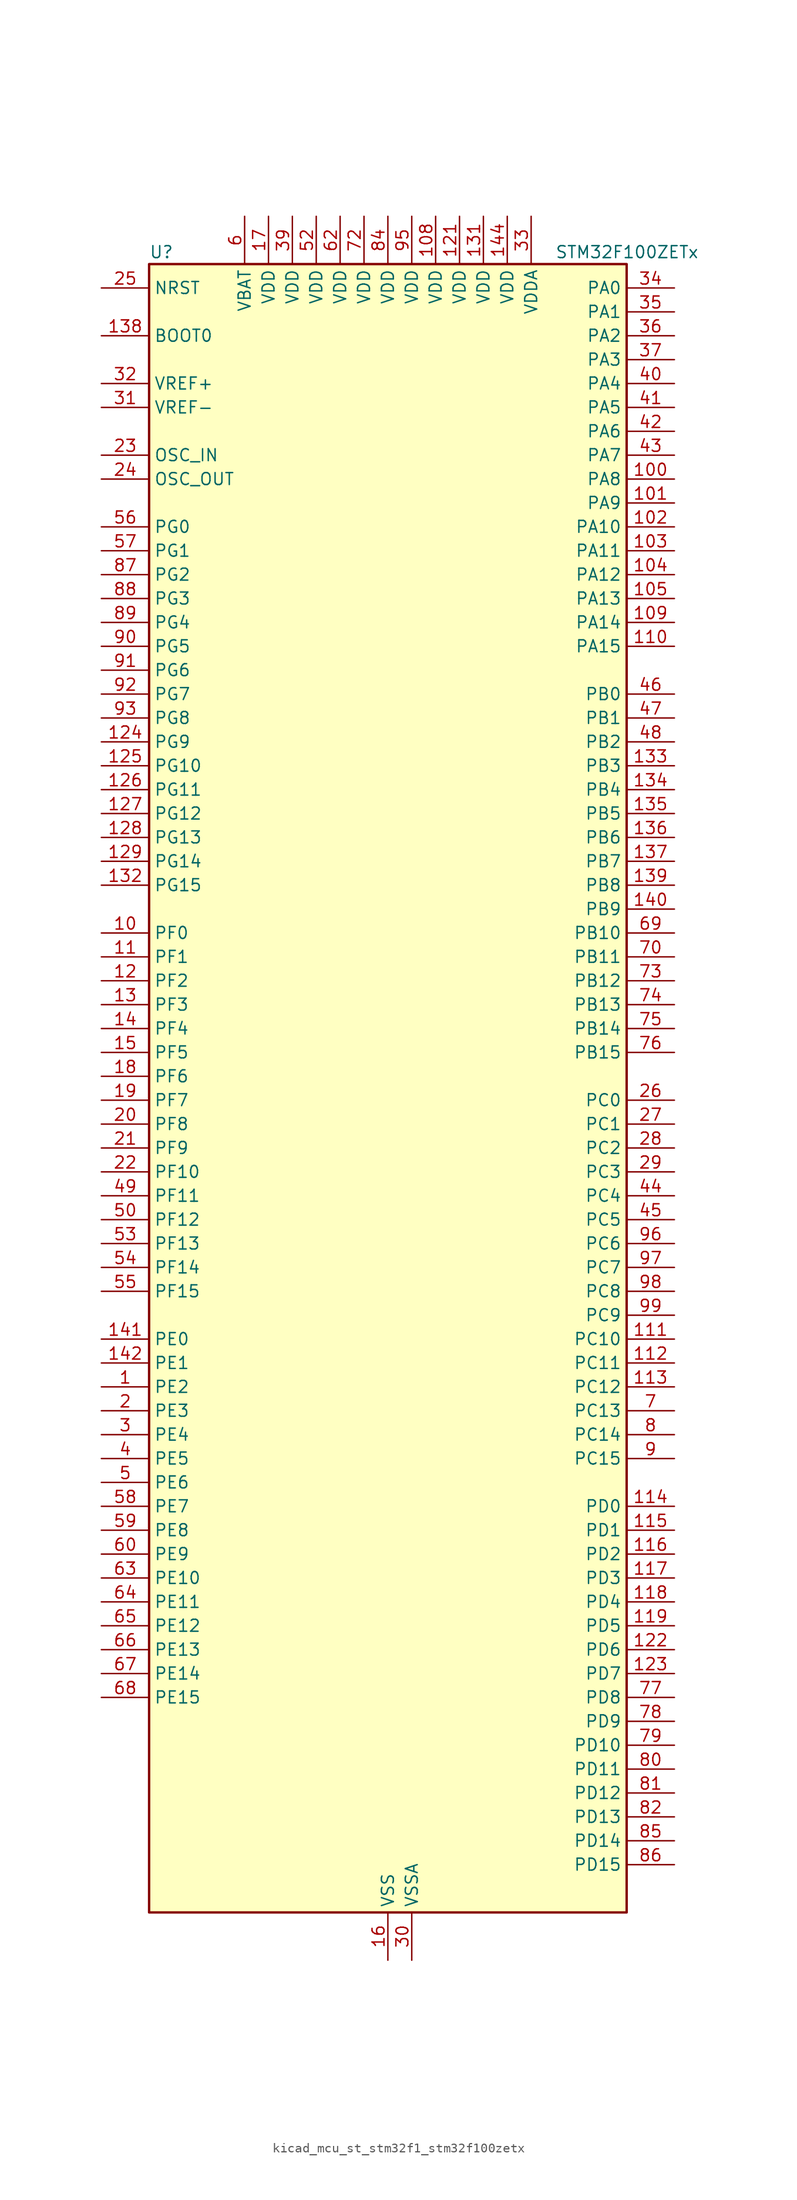
<source format=kicad_sym>
(kicad_symbol_lib
  (version 20220914)
  (generator kicad_symbol_editor)
  (symbol "kicad_mcu_st_stm32f1_stm32f100zetx"
    (property "Reference" "U"
      (at -25.4 90.17 0)
      (effects (font (size 1.27 1.27)) (justify left)))
    (property "Value" "STM32F100ZETx"
      (at 17.78 90.17 0)
      (effects (font (size 1.27 1.27)) (justify left)))
    (property "ki_locked" ""
      (at 0 0 0)
      (effects (font (size 1.27 1.27))))
    (symbol "kicad_mcu_st_stm32f1_stm32f100zetx_0_1"
      (rectangle (start -25.4 -86.36) (end 25.4 88.9) (stroke (width 0.254) (type default)) (fill (type background))))
    (symbol "kicad_mcu_st_stm32f1_stm32f100zetx_1_1"
      (pin bidirectional line (at -30.48 -30.48 0) (length 5.08) (name "PE2" (effects (font (size 1.27 1.27)))) (number "1" (effects (font (size 1.27 1.27)))) (alternate "FSMC_A23" bidirectional line) (alternate "SYS_TRACECLK" bidirectional line))
      (pin bidirectional line (at -30.48 17.78 0) (length 5.08) (name "PF0" (effects (font (size 1.27 1.27)))) (number "10" (effects (font (size 1.27 1.27)))) (alternate "FSMC_A0" bidirectional line))
      (pin bidirectional line (at 30.48 66.04 180) (length 5.08) (name "PA8" (effects (font (size 1.27 1.27)))) (number "100" (effects (font (size 1.27 1.27)))) (alternate "RCC_MCO" bidirectional line) (alternate "TIM1_CH1" bidirectional line) (alternate "USART1_CK" bidirectional line))
      (pin bidirectional line (at 30.48 63.5 180) (length 5.08) (name "PA9" (effects (font (size 1.27 1.27)))) (number "101" (effects (font (size 1.27 1.27)))) (alternate "DAC_EXTI9" bidirectional line) (alternate "TIM15_BKIN" bidirectional line) (alternate "TIM1_CH2" bidirectional line) (alternate "USART1_TX" bidirectional line))
      (pin bidirectional line (at 30.48 60.96 180) (length 5.08) (name "PA10" (effects (font (size 1.27 1.27)))) (number "102" (effects (font (size 1.27 1.27)))) (alternate "TIM17_BKIN" bidirectional line) (alternate "TIM1_CH3" bidirectional line) (alternate "USART1_RX" bidirectional line))
      (pin bidirectional line (at 30.48 58.42 180) (length 5.08) (name "PA11" (effects (font (size 1.27 1.27)))) (number "103" (effects (font (size 1.27 1.27)))) (alternate "ADC1_EXTI11" bidirectional line) (alternate "TIM1_CH4" bidirectional line) (alternate "USART1_CTS" bidirectional line))
      (pin bidirectional line (at 30.48 55.88 180) (length 5.08) (name "PA12" (effects (font (size 1.27 1.27)))) (number "104" (effects (font (size 1.27 1.27)))) (alternate "TIM1_ETR" bidirectional line) (alternate "USART1_RTS" bidirectional line))
      (pin bidirectional line (at 30.48 53.34 180) (length 5.08) (name "PA13" (effects (font (size 1.27 1.27)))) (number "105" (effects (font (size 1.27 1.27)))) (alternate "SYS_JTMS-SWDIO" bidirectional line))
      (pin no_connect line (at -25.4 -86.36 0) (length 5.08) hide (name "NC" (effects (font (size 1.27 1.27)))) (number "106" (effects (font (size 1.27 1.27)))))
      (pin passive line (at 0 -91.44 90) (length 5.08) hide (name "VSS" (effects (font (size 1.27 1.27)))) (number "107" (effects (font (size 1.27 1.27)))))
      (pin power_in line (at 5.08 93.98 270) (length 5.08) (name "VDD" (effects (font (size 1.27 1.27)))) (number "108" (effects (font (size 1.27 1.27)))))
      (pin bidirectional line (at 30.48 50.8 180) (length 5.08) (name "PA14" (effects (font (size 1.27 1.27)))) (number "109" (effects (font (size 1.27 1.27)))) (alternate "SYS_JTCK-SWCLK" bidirectional line))
      (pin bidirectional line (at -30.48 15.24 0) (length 5.08) (name "PF1" (effects (font (size 1.27 1.27)))) (number "11" (effects (font (size 1.27 1.27)))) (alternate "FSMC_A1" bidirectional line))
      (pin bidirectional line (at 30.48 48.26 180) (length 5.08) (name "PA15" (effects (font (size 1.27 1.27)))) (number "110" (effects (font (size 1.27 1.27)))) (alternate "ADC1_EXTI15" bidirectional line) (alternate "SPI1_NSS" bidirectional line) (alternate "SPI3_NSS" bidirectional line) (alternate "SYS_JTDI" bidirectional line) (alternate "TIM2_CH1" bidirectional line) (alternate "TIM2_ETR" bidirectional line))
      (pin bidirectional line (at 30.48 -25.4 180) (length 5.08) (name "PC10" (effects (font (size 1.27 1.27)))) (number "111" (effects (font (size 1.27 1.27)))) (alternate "UART4_TX" bidirectional line) (alternate "USART3_TX" bidirectional line))
      (pin bidirectional line (at 30.48 -27.94 180) (length 5.08) (name "PC11" (effects (font (size 1.27 1.27)))) (number "112" (effects (font (size 1.27 1.27)))) (alternate "ADC1_EXTI11" bidirectional line) (alternate "UART4_RX" bidirectional line) (alternate "USART3_RX" bidirectional line))
      (pin bidirectional line (at 30.48 -30.48 180) (length 5.08) (name "PC12" (effects (font (size 1.27 1.27)))) (number "113" (effects (font (size 1.27 1.27)))) (alternate "UART5_TX" bidirectional line) (alternate "USART3_CK" bidirectional line))
      (pin bidirectional line (at 30.48 -43.18 180) (length 5.08) (name "PD0" (effects (font (size 1.27 1.27)))) (number "114" (effects (font (size 1.27 1.27)))) (alternate "FSMC_D2" bidirectional line) (alternate "FSMC_DA2" bidirectional line))
      (pin bidirectional line (at 30.48 -45.72 180) (length 5.08) (name "PD1" (effects (font (size 1.27 1.27)))) (number "115" (effects (font (size 1.27 1.27)))) (alternate "FSMC_D3" bidirectional line) (alternate "FSMC_DA3" bidirectional line))
      (pin bidirectional line (at 30.48 -48.26 180) (length 5.08) (name "PD2" (effects (font (size 1.27 1.27)))) (number "116" (effects (font (size 1.27 1.27)))) (alternate "TIM3_ETR" bidirectional line) (alternate "UART5_RX" bidirectional line))
      (pin bidirectional line (at 30.48 -50.8 180) (length 5.08) (name "PD3" (effects (font (size 1.27 1.27)))) (number "117" (effects (font (size 1.27 1.27)))) (alternate "FSMC_CLK" bidirectional line) (alternate "USART2_CTS" bidirectional line))
      (pin bidirectional line (at 30.48 -53.34 180) (length 5.08) (name "PD4" (effects (font (size 1.27 1.27)))) (number "118" (effects (font (size 1.27 1.27)))) (alternate "FSMC_NOE" bidirectional line) (alternate "USART2_RTS" bidirectional line))
      (pin bidirectional line (at 30.48 -55.88 180) (length 5.08) (name "PD5" (effects (font (size 1.27 1.27)))) (number "119" (effects (font (size 1.27 1.27)))) (alternate "FSMC_NWE" bidirectional line) (alternate "USART2_TX" bidirectional line))
      (pin bidirectional line (at -30.48 12.7 0) (length 5.08) (name "PF2" (effects (font (size 1.27 1.27)))) (number "12" (effects (font (size 1.27 1.27)))) (alternate "FSMC_A2" bidirectional line))
      (pin passive line (at 0 -91.44 90) (length 5.08) hide (name "VSS" (effects (font (size 1.27 1.27)))) (number "120" (effects (font (size 1.27 1.27)))))
      (pin power_in line (at 7.62 93.98 270) (length 5.08) (name "VDD" (effects (font (size 1.27 1.27)))) (number "121" (effects (font (size 1.27 1.27)))))
      (pin bidirectional line (at 30.48 -58.42 180) (length 5.08) (name "PD6" (effects (font (size 1.27 1.27)))) (number "122" (effects (font (size 1.27 1.27)))) (alternate "FSMC_NWAIT" bidirectional line) (alternate "USART2_RX" bidirectional line))
      (pin bidirectional line (at 30.48 -60.96 180) (length 5.08) (name "PD7" (effects (font (size 1.27 1.27)))) (number "123" (effects (font (size 1.27 1.27)))) (alternate "FSMC_NE1" bidirectional line) (alternate "USART2_CK" bidirectional line))
      (pin bidirectional line (at -30.48 38.1 0) (length 5.08) (name "PG9" (effects (font (size 1.27 1.27)))) (number "124" (effects (font (size 1.27 1.27)))) (alternate "DAC_EXTI9" bidirectional line) (alternate "FSMC_NE2" bidirectional line))
      (pin bidirectional line (at -30.48 35.56 0) (length 5.08) (name "PG10" (effects (font (size 1.27 1.27)))) (number "125" (effects (font (size 1.27 1.27)))) (alternate "FSMC_NE3" bidirectional line))
      (pin bidirectional line (at -30.48 33.02 0) (length 5.08) (name "PG11" (effects (font (size 1.27 1.27)))) (number "126" (effects (font (size 1.27 1.27)))) (alternate "ADC1_EXTI11" bidirectional line))
      (pin bidirectional line (at -30.48 30.48 0) (length 5.08) (name "PG12" (effects (font (size 1.27 1.27)))) (number "127" (effects (font (size 1.27 1.27)))) (alternate "FSMC_NE4" bidirectional line))
      (pin bidirectional line (at -30.48 27.94 0) (length 5.08) (name "PG13" (effects (font (size 1.27 1.27)))) (number "128" (effects (font (size 1.27 1.27)))) (alternate "FSMC_A24" bidirectional line))
      (pin bidirectional line (at -30.48 25.4 0) (length 5.08) (name "PG14" (effects (font (size 1.27 1.27)))) (number "129" (effects (font (size 1.27 1.27)))) (alternate "FSMC_A25" bidirectional line))
      (pin bidirectional line (at -30.48 10.16 0) (length 5.08) (name "PF3" (effects (font (size 1.27 1.27)))) (number "13" (effects (font (size 1.27 1.27)))) (alternate "FSMC_A3" bidirectional line))
      (pin passive line (at 0 -91.44 90) (length 5.08) hide (name "VSS" (effects (font (size 1.27 1.27)))) (number "130" (effects (font (size 1.27 1.27)))))
      (pin power_in line (at 10.16 93.98 270) (length 5.08) (name "VDD" (effects (font (size 1.27 1.27)))) (number "131" (effects (font (size 1.27 1.27)))))
      (pin bidirectional line (at -30.48 22.86 0) (length 5.08) (name "PG15" (effects (font (size 1.27 1.27)))) (number "132" (effects (font (size 1.27 1.27)))) (alternate "ADC1_EXTI15" bidirectional line))
      (pin bidirectional line (at 30.48 35.56 180) (length 5.08) (name "PB3" (effects (font (size 1.27 1.27)))) (number "133" (effects (font (size 1.27 1.27)))) (alternate "SPI1_SCK" bidirectional line) (alternate "SPI3_SCK" bidirectional line) (alternate "SYS_JTDO-TRACESWO" bidirectional line) (alternate "TIM2_CH2" bidirectional line))
      (pin bidirectional line (at 30.48 33.02 180) (length 5.08) (name "PB4" (effects (font (size 1.27 1.27)))) (number "134" (effects (font (size 1.27 1.27)))) (alternate "SPI1_MISO" bidirectional line) (alternate "SPI3_MISO" bidirectional line) (alternate "SYS_NJTRST" bidirectional line) (alternate "TIM3_CH1" bidirectional line))
      (pin bidirectional line (at 30.48 30.48 180) (length 5.08) (name "PB5" (effects (font (size 1.27 1.27)))) (number "135" (effects (font (size 1.27 1.27)))) (alternate "I2C1_SMBA" bidirectional line) (alternate "SPI1_MOSI" bidirectional line) (alternate "SPI3_MOSI" bidirectional line) (alternate "TIM16_BKIN" bidirectional line) (alternate "TIM3_CH2" bidirectional line))
      (pin bidirectional line (at 30.48 27.94 180) (length 5.08) (name "PB6" (effects (font (size 1.27 1.27)))) (number "136" (effects (font (size 1.27 1.27)))) (alternate "I2C1_SCL" bidirectional line) (alternate "TIM16_CH1N" bidirectional line) (alternate "TIM4_CH1" bidirectional line) (alternate "USART1_TX" bidirectional line))
      (pin bidirectional line (at 30.48 25.4 180) (length 5.08) (name "PB7" (effects (font (size 1.27 1.27)))) (number "137" (effects (font (size 1.27 1.27)))) (alternate "FSMC_NL" bidirectional line) (alternate "I2C1_SDA" bidirectional line) (alternate "TIM17_CH1N" bidirectional line) (alternate "TIM4_CH2" bidirectional line) (alternate "USART1_RX" bidirectional line))
      (pin input line (at -30.48 81.28 0) (length 5.08) (name "BOOT0" (effects (font (size 1.27 1.27)))) (number "138" (effects (font (size 1.27 1.27)))))
      (pin bidirectional line (at 30.48 22.86 180) (length 5.08) (name "PB8" (effects (font (size 1.27 1.27)))) (number "139" (effects (font (size 1.27 1.27)))) (alternate "CEC" bidirectional line) (alternate "I2C1_SCL" bidirectional line) (alternate "TIM16_CH1" bidirectional line) (alternate "TIM4_CH3" bidirectional line))
      (pin bidirectional line (at -30.48 7.62 0) (length 5.08) (name "PF4" (effects (font (size 1.27 1.27)))) (number "14" (effects (font (size 1.27 1.27)))) (alternate "FSMC_A4" bidirectional line))
      (pin bidirectional line (at 30.48 20.32 180) (length 5.08) (name "PB9" (effects (font (size 1.27 1.27)))) (number "140" (effects (font (size 1.27 1.27)))) (alternate "DAC_EXTI9" bidirectional line) (alternate "I2C1_SDA" bidirectional line) (alternate "TIM17_CH1" bidirectional line) (alternate "TIM4_CH4" bidirectional line))
      (pin bidirectional line (at -30.48 -25.4 0) (length 5.08) (name "PE0" (effects (font (size 1.27 1.27)))) (number "141" (effects (font (size 1.27 1.27)))) (alternate "FSMC_NBL0" bidirectional line) (alternate "TIM4_ETR" bidirectional line))
      (pin bidirectional line (at -30.48 -27.94 0) (length 5.08) (name "PE1" (effects (font (size 1.27 1.27)))) (number "142" (effects (font (size 1.27 1.27)))) (alternate "FSMC_NBL1" bidirectional line))
      (pin passive line (at 0 -91.44 90) (length 5.08) hide (name "VSS" (effects (font (size 1.27 1.27)))) (number "143" (effects (font (size 1.27 1.27)))))
      (pin power_in line (at 12.7 93.98 270) (length 5.08) (name "VDD" (effects (font (size 1.27 1.27)))) (number "144" (effects (font (size 1.27 1.27)))))
      (pin bidirectional line (at -30.48 5.08 0) (length 5.08) (name "PF5" (effects (font (size 1.27 1.27)))) (number "15" (effects (font (size 1.27 1.27)))) (alternate "FSMC_A5" bidirectional line))
      (pin power_in line (at 0 -91.44 90) (length 5.08) (name "VSS" (effects (font (size 1.27 1.27)))) (number "16" (effects (font (size 1.27 1.27)))))
      (pin power_in line (at -12.7 93.98 270) (length 5.08) (name "VDD" (effects (font (size 1.27 1.27)))) (number "17" (effects (font (size 1.27 1.27)))))
      (pin bidirectional line (at -30.48 2.54 0) (length 5.08) (name "PF6" (effects (font (size 1.27 1.27)))) (number "18" (effects (font (size 1.27 1.27)))))
      (pin bidirectional line (at -30.48 0 0) (length 5.08) (name "PF7" (effects (font (size 1.27 1.27)))) (number "19" (effects (font (size 1.27 1.27)))))
      (pin bidirectional line (at -30.48 -33.02 0) (length 5.08) (name "PE3" (effects (font (size 1.27 1.27)))) (number "2" (effects (font (size 1.27 1.27)))) (alternate "FSMC_A19" bidirectional line) (alternate "SYS_TRACED0" bidirectional line))
      (pin bidirectional line (at -30.48 -2.54 0) (length 5.08) (name "PF8" (effects (font (size 1.27 1.27)))) (number "20" (effects (font (size 1.27 1.27)))))
      (pin bidirectional line (at -30.48 -5.08 0) (length 5.08) (name "PF9" (effects (font (size 1.27 1.27)))) (number "21" (effects (font (size 1.27 1.27)))) (alternate "DAC_EXTI9" bidirectional line))
      (pin bidirectional line (at -30.48 -7.62 0) (length 5.08) (name "PF10" (effects (font (size 1.27 1.27)))) (number "22" (effects (font (size 1.27 1.27)))))
      (pin input line (at -30.48 68.58 0) (length 5.08) (name "OSC_IN" (effects (font (size 1.27 1.27)))) (number "23" (effects (font (size 1.27 1.27)))) (alternate "RCC_OSC_IN" bidirectional line))
      (pin input line (at -30.48 66.04 0) (length 5.08) (name "OSC_OUT" (effects (font (size 1.27 1.27)))) (number "24" (effects (font (size 1.27 1.27)))) (alternate "RCC_OSC_OUT" bidirectional line))
      (pin input line (at -30.48 86.36 0) (length 5.08) (name "NRST" (effects (font (size 1.27 1.27)))) (number "25" (effects (font (size 1.27 1.27)))))
      (pin bidirectional line (at 30.48 0 180) (length 5.08) (name "PC0" (effects (font (size 1.27 1.27)))) (number "26" (effects (font (size 1.27 1.27)))) (alternate "ADC1_IN10" bidirectional line))
      (pin bidirectional line (at 30.48 -2.54 180) (length 5.08) (name "PC1" (effects (font (size 1.27 1.27)))) (number "27" (effects (font (size 1.27 1.27)))) (alternate "ADC1_IN11" bidirectional line))
      (pin bidirectional line (at 30.48 -5.08 180) (length 5.08) (name "PC2" (effects (font (size 1.27 1.27)))) (number "28" (effects (font (size 1.27 1.27)))) (alternate "ADC1_IN12" bidirectional line))
      (pin bidirectional line (at 30.48 -7.62 180) (length 5.08) (name "PC3" (effects (font (size 1.27 1.27)))) (number "29" (effects (font (size 1.27 1.27)))) (alternate "ADC1_IN13" bidirectional line))
      (pin bidirectional line (at -30.48 -35.56 0) (length 5.08) (name "PE4" (effects (font (size 1.27 1.27)))) (number "3" (effects (font (size 1.27 1.27)))) (alternate "FSMC_A20" bidirectional line) (alternate "SYS_TRACED1" bidirectional line))
      (pin power_in line (at 2.54 -91.44 90) (length 5.08) (name "VSSA" (effects (font (size 1.27 1.27)))) (number "30" (effects (font (size 1.27 1.27)))))
      (pin input line (at -30.48 73.66 0) (length 5.08) (name "VREF-" (effects (font (size 1.27 1.27)))) (number "31" (effects (font (size 1.27 1.27)))))
      (pin input line (at -30.48 76.2 0) (length 5.08) (name "VREF+" (effects (font (size 1.27 1.27)))) (number "32" (effects (font (size 1.27 1.27)))))
      (pin power_in line (at 15.24 93.98 270) (length 5.08) (name "VDDA" (effects (font (size 1.27 1.27)))) (number "33" (effects (font (size 1.27 1.27)))))
      (pin bidirectional line (at 30.48 86.36 180) (length 5.08) (name "PA0" (effects (font (size 1.27 1.27)))) (number "34" (effects (font (size 1.27 1.27)))) (alternate "ADC1_IN0" bidirectional line) (alternate "SYS_WKUP" bidirectional line) (alternate "TIM2_CH1" bidirectional line) (alternate "TIM2_ETR" bidirectional line) (alternate "TIM5_CH1" bidirectional line) (alternate "USART2_CTS" bidirectional line))
      (pin bidirectional line (at 30.48 83.82 180) (length 5.08) (name "PA1" (effects (font (size 1.27 1.27)))) (number "35" (effects (font (size 1.27 1.27)))) (alternate "ADC1_IN1" bidirectional line) (alternate "TIM2_CH2" bidirectional line) (alternate "TIM5_CH2" bidirectional line) (alternate "USART2_RTS" bidirectional line))
      (pin bidirectional line (at 30.48 81.28 180) (length 5.08) (name "PA2" (effects (font (size 1.27 1.27)))) (number "36" (effects (font (size 1.27 1.27)))) (alternate "ADC1_IN2" bidirectional line) (alternate "TIM15_CH1" bidirectional line) (alternate "TIM2_CH3" bidirectional line) (alternate "TIM5_CH3" bidirectional line) (alternate "USART2_TX" bidirectional line))
      (pin bidirectional line (at 30.48 78.74 180) (length 5.08) (name "PA3" (effects (font (size 1.27 1.27)))) (number "37" (effects (font (size 1.27 1.27)))) (alternate "ADC1_IN3" bidirectional line) (alternate "TIM15_CH2" bidirectional line) (alternate "TIM2_CH4" bidirectional line) (alternate "TIM5_CH4" bidirectional line) (alternate "USART2_RX" bidirectional line))
      (pin passive line (at 0 -91.44 90) (length 5.08) hide (name "VSS" (effects (font (size 1.27 1.27)))) (number "38" (effects (font (size 1.27 1.27)))))
      (pin power_in line (at -10.16 93.98 270) (length 5.08) (name "VDD" (effects (font (size 1.27 1.27)))) (number "39" (effects (font (size 1.27 1.27)))))
      (pin bidirectional line (at -30.48 -38.1 0) (length 5.08) (name "PE5" (effects (font (size 1.27 1.27)))) (number "4" (effects (font (size 1.27 1.27)))) (alternate "FSMC_A21" bidirectional line) (alternate "SYS_TRACED2" bidirectional line))
      (pin bidirectional line (at 30.48 76.2 180) (length 5.08) (name "PA4" (effects (font (size 1.27 1.27)))) (number "40" (effects (font (size 1.27 1.27)))) (alternate "ADC1_IN4" bidirectional line) (alternate "DAC_OUT1" bidirectional line) (alternate "SPI1_NSS" bidirectional line) (alternate "USART2_CK" bidirectional line))
      (pin bidirectional line (at 30.48 73.66 180) (length 5.08) (name "PA5" (effects (font (size 1.27 1.27)))) (number "41" (effects (font (size 1.27 1.27)))) (alternate "ADC1_IN5" bidirectional line) (alternate "DAC_OUT2" bidirectional line) (alternate "SPI1_SCK" bidirectional line))
      (pin bidirectional line (at 30.48 71.12 180) (length 5.08) (name "PA6" (effects (font (size 1.27 1.27)))) (number "42" (effects (font (size 1.27 1.27)))) (alternate "ADC1_IN6" bidirectional line) (alternate "SPI1_MISO" bidirectional line) (alternate "TIM16_CH1" bidirectional line) (alternate "TIM1_BKIN" bidirectional line) (alternate "TIM3_CH1" bidirectional line))
      (pin bidirectional line (at 30.48 68.58 180) (length 5.08) (name "PA7" (effects (font (size 1.27 1.27)))) (number "43" (effects (font (size 1.27 1.27)))) (alternate "ADC1_IN7" bidirectional line) (alternate "SPI1_MOSI" bidirectional line) (alternate "TIM17_CH1" bidirectional line) (alternate "TIM1_CH1N" bidirectional line) (alternate "TIM3_CH2" bidirectional line))
      (pin bidirectional line (at 30.48 -10.16 180) (length 5.08) (name "PC4" (effects (font (size 1.27 1.27)))) (number "44" (effects (font (size 1.27 1.27)))) (alternate "ADC1_IN14" bidirectional line) (alternate "TIM12_CH1" bidirectional line))
      (pin bidirectional line (at 30.48 -12.7 180) (length 5.08) (name "PC5" (effects (font (size 1.27 1.27)))) (number "45" (effects (font (size 1.27 1.27)))) (alternate "ADC1_IN15" bidirectional line) (alternate "TIM12_CH2" bidirectional line))
      (pin bidirectional line (at 30.48 43.18 180) (length 5.08) (name "PB0" (effects (font (size 1.27 1.27)))) (number "46" (effects (font (size 1.27 1.27)))) (alternate "ADC1_IN8" bidirectional line) (alternate "TIM13_CH1" bidirectional line) (alternate "TIM1_CH2N" bidirectional line) (alternate "TIM3_CH3" bidirectional line))
      (pin bidirectional line (at 30.48 40.64 180) (length 5.08) (name "PB1" (effects (font (size 1.27 1.27)))) (number "47" (effects (font (size 1.27 1.27)))) (alternate "ADC1_IN9" bidirectional line) (alternate "TIM14_CH1" bidirectional line) (alternate "TIM1_CH3N" bidirectional line) (alternate "TIM3_CH4" bidirectional line))
      (pin bidirectional line (at 30.48 38.1 180) (length 5.08) (name "PB2" (effects (font (size 1.27 1.27)))) (number "48" (effects (font (size 1.27 1.27)))))
      (pin bidirectional line (at -30.48 -10.16 0) (length 5.08) (name "PF11" (effects (font (size 1.27 1.27)))) (number "49" (effects (font (size 1.27 1.27)))) (alternate "ADC1_EXTI11" bidirectional line))
      (pin bidirectional line (at -30.48 -40.64 0) (length 5.08) (name "PE6" (effects (font (size 1.27 1.27)))) (number "5" (effects (font (size 1.27 1.27)))) (alternate "FSMC_A22" bidirectional line) (alternate "SYS_TRACED3" bidirectional line))
      (pin bidirectional line (at -30.48 -12.7 0) (length 5.08) (name "PF12" (effects (font (size 1.27 1.27)))) (number "50" (effects (font (size 1.27 1.27)))) (alternate "FSMC_A6" bidirectional line))
      (pin passive line (at 0 -91.44 90) (length 5.08) hide (name "VSS" (effects (font (size 1.27 1.27)))) (number "51" (effects (font (size 1.27 1.27)))))
      (pin power_in line (at -7.62 93.98 270) (length 5.08) (name "VDD" (effects (font (size 1.27 1.27)))) (number "52" (effects (font (size 1.27 1.27)))))
      (pin bidirectional line (at -30.48 -15.24 0) (length 5.08) (name "PF13" (effects (font (size 1.27 1.27)))) (number "53" (effects (font (size 1.27 1.27)))) (alternate "FSMC_A7" bidirectional line))
      (pin bidirectional line (at -30.48 -17.78 0) (length 5.08) (name "PF14" (effects (font (size 1.27 1.27)))) (number "54" (effects (font (size 1.27 1.27)))) (alternate "FSMC_A8" bidirectional line))
      (pin bidirectional line (at -30.48 -20.32 0) (length 5.08) (name "PF15" (effects (font (size 1.27 1.27)))) (number "55" (effects (font (size 1.27 1.27)))) (alternate "ADC1_EXTI15" bidirectional line) (alternate "FSMC_A9" bidirectional line))
      (pin bidirectional line (at -30.48 60.96 0) (length 5.08) (name "PG0" (effects (font (size 1.27 1.27)))) (number "56" (effects (font (size 1.27 1.27)))) (alternate "FSMC_A10" bidirectional line))
      (pin bidirectional line (at -30.48 58.42 0) (length 5.08) (name "PG1" (effects (font (size 1.27 1.27)))) (number "57" (effects (font (size 1.27 1.27)))) (alternate "FSMC_A11" bidirectional line))
      (pin bidirectional line (at -30.48 -43.18 0) (length 5.08) (name "PE7" (effects (font (size 1.27 1.27)))) (number "58" (effects (font (size 1.27 1.27)))) (alternate "FSMC_D4" bidirectional line) (alternate "FSMC_DA4" bidirectional line) (alternate "TIM1_ETR" bidirectional line))
      (pin bidirectional line (at -30.48 -45.72 0) (length 5.08) (name "PE8" (effects (font (size 1.27 1.27)))) (number "59" (effects (font (size 1.27 1.27)))) (alternate "FSMC_D5" bidirectional line) (alternate "FSMC_DA5" bidirectional line) (alternate "TIM1_CH1N" bidirectional line))
      (pin power_in line (at -15.24 93.98 270) (length 5.08) (name "VBAT" (effects (font (size 1.27 1.27)))) (number "6" (effects (font (size 1.27 1.27)))))
      (pin bidirectional line (at -30.48 -48.26 0) (length 5.08) (name "PE9" (effects (font (size 1.27 1.27)))) (number "60" (effects (font (size 1.27 1.27)))) (alternate "DAC_EXTI9" bidirectional line) (alternate "FSMC_D6" bidirectional line) (alternate "FSMC_DA6" bidirectional line) (alternate "TIM1_CH1" bidirectional line))
      (pin passive line (at 0 -91.44 90) (length 5.08) hide (name "VSS" (effects (font (size 1.27 1.27)))) (number "61" (effects (font (size 1.27 1.27)))))
      (pin power_in line (at -5.08 93.98 270) (length 5.08) (name "VDD" (effects (font (size 1.27 1.27)))) (number "62" (effects (font (size 1.27 1.27)))))
      (pin bidirectional line (at -30.48 -50.8 0) (length 5.08) (name "PE10" (effects (font (size 1.27 1.27)))) (number "63" (effects (font (size 1.27 1.27)))) (alternate "FSMC_D7" bidirectional line) (alternate "FSMC_DA7" bidirectional line) (alternate "TIM1_CH2N" bidirectional line))
      (pin bidirectional line (at -30.48 -53.34 0) (length 5.08) (name "PE11" (effects (font (size 1.27 1.27)))) (number "64" (effects (font (size 1.27 1.27)))) (alternate "ADC1_EXTI11" bidirectional line) (alternate "FSMC_D8" bidirectional line) (alternate "FSMC_DA8" bidirectional line) (alternate "TIM1_CH2" bidirectional line))
      (pin bidirectional line (at -30.48 -55.88 0) (length 5.08) (name "PE12" (effects (font (size 1.27 1.27)))) (number "65" (effects (font (size 1.27 1.27)))) (alternate "FSMC_D9" bidirectional line) (alternate "FSMC_DA9" bidirectional line) (alternate "TIM1_CH3N" bidirectional line))
      (pin bidirectional line (at -30.48 -58.42 0) (length 5.08) (name "PE13" (effects (font (size 1.27 1.27)))) (number "66" (effects (font (size 1.27 1.27)))) (alternate "FSMC_D10" bidirectional line) (alternate "FSMC_DA10" bidirectional line) (alternate "TIM1_CH3" bidirectional line))
      (pin bidirectional line (at -30.48 -60.96 0) (length 5.08) (name "PE14" (effects (font (size 1.27 1.27)))) (number "67" (effects (font (size 1.27 1.27)))) (alternate "FSMC_D11" bidirectional line) (alternate "FSMC_DA11" bidirectional line) (alternate "TIM1_CH4" bidirectional line))
      (pin bidirectional line (at -30.48 -63.5 0) (length 5.08) (name "PE15" (effects (font (size 1.27 1.27)))) (number "68" (effects (font (size 1.27 1.27)))) (alternate "ADC1_EXTI15" bidirectional line) (alternate "FSMC_D12" bidirectional line) (alternate "FSMC_DA12" bidirectional line) (alternate "TIM1_BKIN" bidirectional line))
      (pin bidirectional line (at 30.48 17.78 180) (length 5.08) (name "PB10" (effects (font (size 1.27 1.27)))) (number "69" (effects (font (size 1.27 1.27)))) (alternate "CEC" bidirectional line) (alternate "I2C2_SCL" bidirectional line) (alternate "TIM2_CH3" bidirectional line) (alternate "USART3_TX" bidirectional line))
      (pin bidirectional line (at 30.48 -33.02 180) (length 5.08) (name "PC13" (effects (font (size 1.27 1.27)))) (number "7" (effects (font (size 1.27 1.27)))) (alternate "RTC_OUT" bidirectional line) (alternate "RTC_TAMPER" bidirectional line))
      (pin bidirectional line (at 30.48 15.24 180) (length 5.08) (name "PB11" (effects (font (size 1.27 1.27)))) (number "70" (effects (font (size 1.27 1.27)))) (alternate "ADC1_EXTI11" bidirectional line) (alternate "I2C2_SDA" bidirectional line) (alternate "TIM2_CH4" bidirectional line) (alternate "USART3_RX" bidirectional line))
      (pin passive line (at 0 -91.44 90) (length 5.08) hide (name "VSS" (effects (font (size 1.27 1.27)))) (number "71" (effects (font (size 1.27 1.27)))))
      (pin power_in line (at -2.54 93.98 270) (length 5.08) (name "VDD" (effects (font (size 1.27 1.27)))) (number "72" (effects (font (size 1.27 1.27)))))
      (pin bidirectional line (at 30.48 12.7 180) (length 5.08) (name "PB12" (effects (font (size 1.27 1.27)))) (number "73" (effects (font (size 1.27 1.27)))) (alternate "I2C2_SMBA" bidirectional line) (alternate "SPI2_NSS" bidirectional line) (alternate "TIM12_CH1" bidirectional line) (alternate "TIM1_BKIN" bidirectional line) (alternate "USART3_CK" bidirectional line))
      (pin bidirectional line (at 30.48 10.16 180) (length 5.08) (name "PB13" (effects (font (size 1.27 1.27)))) (number "74" (effects (font (size 1.27 1.27)))) (alternate "SPI2_SCK" bidirectional line) (alternate "TIM12_CH2" bidirectional line) (alternate "TIM1_CH1N" bidirectional line) (alternate "USART3_CTS" bidirectional line))
      (pin bidirectional line (at 30.48 7.62 180) (length 5.08) (name "PB14" (effects (font (size 1.27 1.27)))) (number "75" (effects (font (size 1.27 1.27)))) (alternate "SPI2_MISO" bidirectional line) (alternate "TIM15_CH1" bidirectional line) (alternate "TIM1_CH2N" bidirectional line) (alternate "USART3_RTS" bidirectional line))
      (pin bidirectional line (at 30.48 5.08 180) (length 5.08) (name "PB15" (effects (font (size 1.27 1.27)))) (number "76" (effects (font (size 1.27 1.27)))) (alternate "ADC1_EXTI15" bidirectional line) (alternate "SPI2_MOSI" bidirectional line) (alternate "TIM15_CH1N" bidirectional line) (alternate "TIM15_CH2" bidirectional line) (alternate "TIM1_CH3N" bidirectional line))
      (pin bidirectional line (at 30.48 -63.5 180) (length 5.08) (name "PD8" (effects (font (size 1.27 1.27)))) (number "77" (effects (font (size 1.27 1.27)))) (alternate "FSMC_D13" bidirectional line) (alternate "FSMC_DA13" bidirectional line) (alternate "USART3_TX" bidirectional line))
      (pin bidirectional line (at 30.48 -66.04 180) (length 5.08) (name "PD9" (effects (font (size 1.27 1.27)))) (number "78" (effects (font (size 1.27 1.27)))) (alternate "DAC_EXTI9" bidirectional line) (alternate "FSMC_D14" bidirectional line) (alternate "FSMC_DA14" bidirectional line) (alternate "USART3_RX" bidirectional line))
      (pin bidirectional line (at 30.48 -68.58 180) (length 5.08) (name "PD10" (effects (font (size 1.27 1.27)))) (number "79" (effects (font (size 1.27 1.27)))) (alternate "FSMC_D15" bidirectional line) (alternate "FSMC_DA15" bidirectional line) (alternate "USART3_CK" bidirectional line))
      (pin bidirectional line (at 30.48 -35.56 180) (length 5.08) (name "PC14" (effects (font (size 1.27 1.27)))) (number "8" (effects (font (size 1.27 1.27)))) (alternate "RCC_OSC32_IN" bidirectional line))
      (pin bidirectional line (at 30.48 -71.12 180) (length 5.08) (name "PD11" (effects (font (size 1.27 1.27)))) (number "80" (effects (font (size 1.27 1.27)))) (alternate "ADC1_EXTI11" bidirectional line) (alternate "FSMC_A16" bidirectional line) (alternate "USART3_CTS" bidirectional line))
      (pin bidirectional line (at 30.48 -73.66 180) (length 5.08) (name "PD12" (effects (font (size 1.27 1.27)))) (number "81" (effects (font (size 1.27 1.27)))) (alternate "FSMC_A17" bidirectional line) (alternate "TIM4_CH1" bidirectional line) (alternate "USART3_RTS" bidirectional line))
      (pin bidirectional line (at 30.48 -76.2 180) (length 5.08) (name "PD13" (effects (font (size 1.27 1.27)))) (number "82" (effects (font (size 1.27 1.27)))) (alternate "FSMC_A18" bidirectional line) (alternate "TIM4_CH2" bidirectional line))
      (pin passive line (at 0 -91.44 90) (length 5.08) hide (name "VSS" (effects (font (size 1.27 1.27)))) (number "83" (effects (font (size 1.27 1.27)))))
      (pin power_in line (at 0 93.98 270) (length 5.08) (name "VDD" (effects (font (size 1.27 1.27)))) (number "84" (effects (font (size 1.27 1.27)))))
      (pin bidirectional line (at 30.48 -78.74 180) (length 5.08) (name "PD14" (effects (font (size 1.27 1.27)))) (number "85" (effects (font (size 1.27 1.27)))) (alternate "FSMC_D0" bidirectional line) (alternate "FSMC_DA0" bidirectional line) (alternate "TIM4_CH3" bidirectional line))
      (pin bidirectional line (at 30.48 -81.28 180) (length 5.08) (name "PD15" (effects (font (size 1.27 1.27)))) (number "86" (effects (font (size 1.27 1.27)))) (alternate "ADC1_EXTI15" bidirectional line) (alternate "FSMC_D1" bidirectional line) (alternate "FSMC_DA1" bidirectional line) (alternate "TIM4_CH4" bidirectional line))
      (pin bidirectional line (at -30.48 55.88 0) (length 5.08) (name "PG2" (effects (font (size 1.27 1.27)))) (number "87" (effects (font (size 1.27 1.27)))) (alternate "FSMC_A12" bidirectional line))
      (pin bidirectional line (at -30.48 53.34 0) (length 5.08) (name "PG3" (effects (font (size 1.27 1.27)))) (number "88" (effects (font (size 1.27 1.27)))) (alternate "FSMC_A13" bidirectional line))
      (pin bidirectional line (at -30.48 50.8 0) (length 5.08) (name "PG4" (effects (font (size 1.27 1.27)))) (number "89" (effects (font (size 1.27 1.27)))) (alternate "FSMC_A14" bidirectional line))
      (pin bidirectional line (at 30.48 -38.1 180) (length 5.08) (name "PC15" (effects (font (size 1.27 1.27)))) (number "9" (effects (font (size 1.27 1.27)))) (alternate "ADC1_EXTI15" bidirectional line) (alternate "RCC_OSC32_OUT" bidirectional line))
      (pin bidirectional line (at -30.48 48.26 0) (length 5.08) (name "PG5" (effects (font (size 1.27 1.27)))) (number "90" (effects (font (size 1.27 1.27)))) (alternate "FSMC_A15" bidirectional line))
      (pin bidirectional line (at -30.48 45.72 0) (length 5.08) (name "PG6" (effects (font (size 1.27 1.27)))) (number "91" (effects (font (size 1.27 1.27)))))
      (pin bidirectional line (at -30.48 43.18 0) (length 5.08) (name "PG7" (effects (font (size 1.27 1.27)))) (number "92" (effects (font (size 1.27 1.27)))))
      (pin bidirectional line (at -30.48 40.64 0) (length 5.08) (name "PG8" (effects (font (size 1.27 1.27)))) (number "93" (effects (font (size 1.27 1.27)))))
      (pin passive line (at 0 -91.44 90) (length 5.08) hide (name "VSS" (effects (font (size 1.27 1.27)))) (number "94" (effects (font (size 1.27 1.27)))))
      (pin power_in line (at 2.54 93.98 270) (length 5.08) (name "VDD" (effects (font (size 1.27 1.27)))) (number "95" (effects (font (size 1.27 1.27)))))
      (pin bidirectional line (at 30.48 -15.24 180) (length 5.08) (name "PC6" (effects (font (size 1.27 1.27)))) (number "96" (effects (font (size 1.27 1.27)))) (alternate "TIM3_CH1" bidirectional line))
      (pin bidirectional line (at 30.48 -17.78 180) (length 5.08) (name "PC7" (effects (font (size 1.27 1.27)))) (number "97" (effects (font (size 1.27 1.27)))) (alternate "TIM3_CH2" bidirectional line))
      (pin bidirectional line (at 30.48 -20.32 180) (length 5.08) (name "PC8" (effects (font (size 1.27 1.27)))) (number "98" (effects (font (size 1.27 1.27)))) (alternate "TIM13_CH1" bidirectional line) (alternate "TIM3_CH3" bidirectional line))
      (pin bidirectional line (at 30.48 -22.86 180) (length 5.08) (name "PC9" (effects (font (size 1.27 1.27)))) (number "99" (effects (font (size 1.27 1.27)))) (alternate "DAC_EXTI9" bidirectional line) (alternate "TIM14_CH1" bidirectional line) (alternate "TIM3_CH4" bidirectional line)))))
</source>
